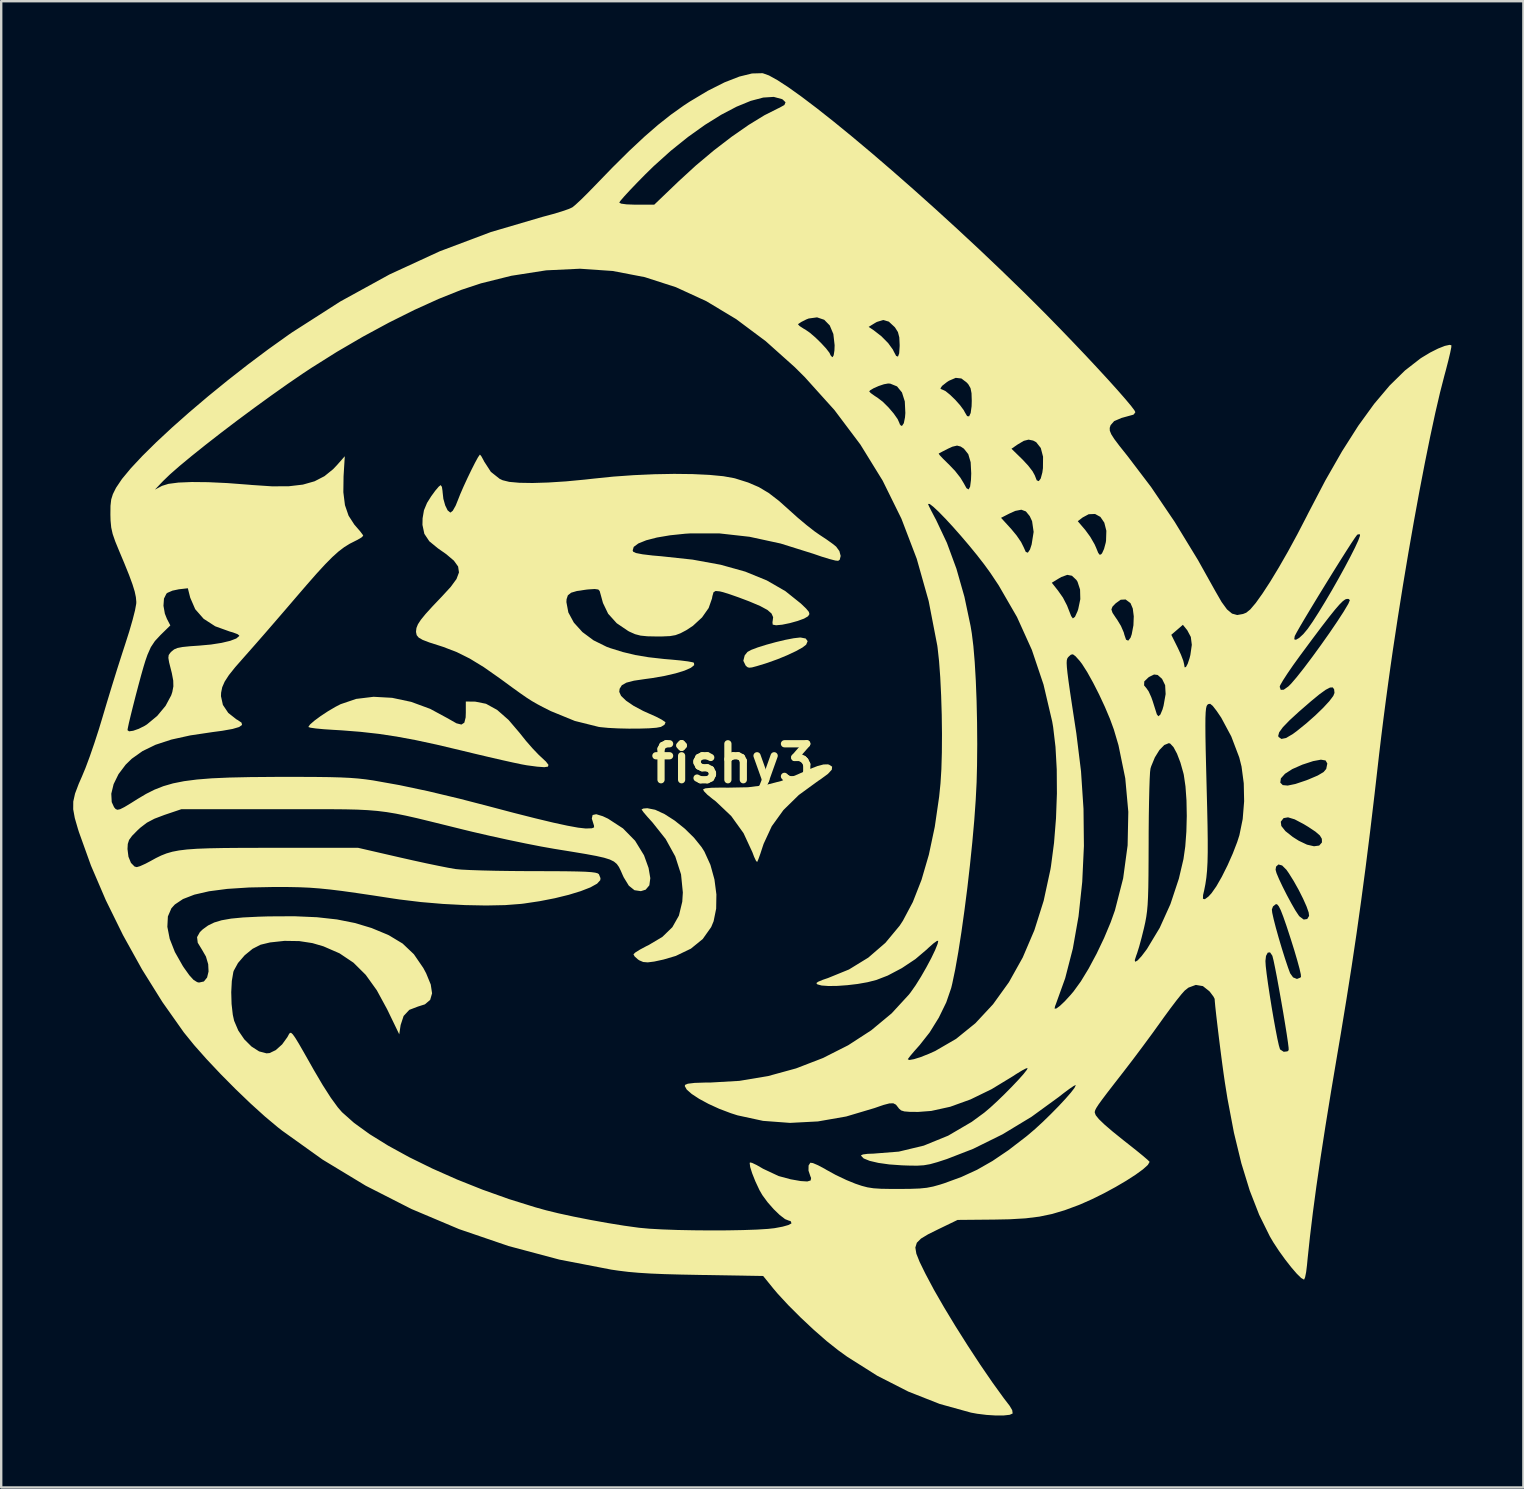
<source format=kicad_pcb>
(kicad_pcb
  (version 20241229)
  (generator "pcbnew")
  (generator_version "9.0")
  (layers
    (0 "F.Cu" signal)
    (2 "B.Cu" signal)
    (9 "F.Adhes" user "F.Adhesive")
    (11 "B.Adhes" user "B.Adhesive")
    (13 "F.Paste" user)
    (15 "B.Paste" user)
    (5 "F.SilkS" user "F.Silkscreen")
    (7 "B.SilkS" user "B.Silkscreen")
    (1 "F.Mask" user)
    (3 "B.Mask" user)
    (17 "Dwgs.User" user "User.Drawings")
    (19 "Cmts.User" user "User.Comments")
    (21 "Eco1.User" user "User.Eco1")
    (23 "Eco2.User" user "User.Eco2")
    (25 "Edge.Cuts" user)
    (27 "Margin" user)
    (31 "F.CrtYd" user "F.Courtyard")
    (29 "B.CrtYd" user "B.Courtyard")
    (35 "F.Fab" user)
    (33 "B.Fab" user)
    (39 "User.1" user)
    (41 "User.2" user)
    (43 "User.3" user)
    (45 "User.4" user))
  (footprint "fishy3"
    (layer "F.Cu")
    (at 27.493 28.762)
    (property "Reference" "fishy3" (at 0 0 0) (layer "F.SilkS") (effects (font (size 1.5 1.5) (thickness 0.3))))
    (attr board_only exclude_from_pos_files exclude_from_bom)
    (fp_poly (pts (xy 3.028 -5.207) (xy 3.108 -5.096) (xy 3.047 -4.951) (xy 2.893 -4.832) (xy 2.616 -4.679) (xy 2.256 -4.51) (xy 1.85 -4.343) (xy 1.438 -4.195) (xy 1.324 -4.158) (xy 0.995 -4.058) (xy 0.79 -4.003) (xy 0.67 -3.991) (xy 0.596 -4.016) (xy 0.529 -4.077) (xy 0.525 -4.081) (xy 0.429 -4.28) (xy 0.486 -4.504) (xy 0.603 -4.649) (xy 0.756 -4.733) (xy 1.032 -4.837) (xy 1.39 -4.949) (xy 1.787 -5.058) (xy 2.181 -5.152) (xy 2.53 -5.219) (xy 2.79 -5.249) (xy 2.816 -5.249)) (stroke (width 0) (type solid)) (fill yes) (layer "F.SilkS"))
    (fp_poly (pts (xy 3.999 0.048) (xy 4.129 0.132) (xy 4.115 0.259) (xy 3.953 0.435) (xy 3.638 0.666) (xy 3.539 0.731) (xy 2.739 1.314) (xy 2.1 1.94) (xy 1.613 2.616) (xy 1.274 3.349) (xy 1.233 3.471) (xy 1.137 3.765) (xy 1.056 3.989) (xy 1.007 4.1) (xy 1.005 4.104) (xy 0.957 4.055) (xy 0.877 3.885) (xy 0.808 3.702) (xy 0.438 2.903) (xy -0.075 2.19) (xy -0.72 1.578) (xy -0.853 1.477) (xy -1.07 1.301) (xy -1.212 1.154) (xy -1.248 1.076) (xy -1.149 1.035) (xy -0.891 1.011) (xy -0.484 1.004) (xy -0.207 1.007) (xy 0.619 0.991) (xy 1.341 0.901) (xy 2.013 0.727) (xy 2.687 0.458) (xy 2.709 0.448) (xy 3.176 0.239) (xy 3.521 0.106) (xy 3.768 0.041) (xy 3.944 0.036)) (stroke (width 0) (type solid)) (fill yes) (layer "F.SilkS"))
    (fp_poly (pts (xy -3.244 1.928) (xy -2.852 2.109) (xy -2.43 2.38) (xy -2.01 2.716) (xy -1.627 3.092) (xy -1.311 3.484) (xy -1.194 3.669) (xy -0.942 4.224) (xy -0.774 4.834) (xy -0.693 5.457) (xy -0.703 6.05) (xy -0.809 6.572) (xy -0.91 6.816) (xy -1.263 7.314) (xy -1.755 7.715) (xy -2.385 8.018) (xy -2.897 8.169) (xy -3.285 8.253) (xy -3.553 8.287) (xy -3.744 8.271) (xy -3.9 8.205) (xy -3.96 8.166) (xy -4.1 8.04) (xy -4.149 7.952) (xy -4.078 7.88) (xy -3.888 7.76) (xy -3.616 7.614) (xy -3.51 7.562) (xy -2.943 7.224) (xy -2.528 6.821) (xy -2.255 6.338) (xy -2.115 5.759) (xy -2.091 5.376) (xy -2.166 4.621) (xy -2.406 3.875) (xy -2.807 3.148) (xy -3.353 2.46) (xy -3.567 2.223) (xy -3.728 2.034) (xy -3.806 1.925) (xy -3.81 1.915) (xy -3.737 1.877) (xy -3.573 1.863)) (stroke (width 0) (type solid)) (fill yes) (layer "F.SilkS"))
    (fp_poly (pts (xy -14.204 -2.736) (xy -13.409 -2.567) (xy -12.618 -2.276) (xy -11.856 -1.864) (xy -11.836 -1.851) (xy -11.524 -1.674) (xy -11.317 -1.622) (xy -11.196 -1.701) (xy -11.141 -1.918) (xy -11.134 -2.119) (xy -11.134 -2.582) (xy -10.738 -2.577) (xy -10.293 -2.488) (xy -9.83 -2.233) (xy -9.353 -1.815) (xy -8.901 -1.285) (xy -8.632 -0.948) (xy -8.346 -0.621) (xy -8.092 -0.356) (xy -8.008 -0.278) (xy -7.794 -0.078) (xy -7.691 0.056) (xy -7.711 0.131) (xy -7.865 0.154) (xy -8.163 0.132) (xy -8.594 0.075) (xy -8.813 0.035) (xy -9.168 -0.04) (xy -9.632 -0.143) (xy -10.177 -0.269) (xy -10.774 -0.41) (xy -11.345 -0.548) (xy -12.344 -0.785) (xy -13.222 -0.974) (xy -14.018 -1.122) (xy -14.77 -1.235) (xy -15.519 -1.319) (xy -16.303 -1.381) (xy -16.658 -1.402) (xy -17.055 -1.428) (xy -17.381 -1.459) (xy -17.605 -1.491) (xy -17.695 -1.52) (xy -17.695 -1.522) (xy -17.627 -1.623) (xy -17.445 -1.782) (xy -17.185 -1.974) (xy -16.88 -2.175) (xy -16.566 -2.36) (xy -16.353 -2.47) (xy -15.702 -2.691) (xy -14.977 -2.779)) (stroke (width 0) (type solid)) (fill yes) (layer "F.SilkS"))
    (fp_poly (pts (xy -10.487 -12.801) (xy -10.394 -12.632) (xy -10.371 -12.584) (xy -10.091 -12.152) (xy -9.726 -11.862) (xy -9.6 -11.802) (xy -9.324 -11.734) (xy -8.902 -11.696) (xy -8.354 -11.687) (xy -7.701 -11.707) (xy -6.964 -11.754) (xy -6.164 -11.83) (xy -5.823 -11.868) (xy -4.993 -11.953) (xy -4.136 -12.014) (xy -3.28 -12.052) (xy -2.452 -12.067) (xy -1.679 -12.058) (xy -0.988 -12.025) (xy -0.406 -11.97) (xy 0.04 -11.89) (xy 0.098 -11.875) (xy 0.628 -11.708) (xy 1.076 -11.516) (xy 1.489 -11.269) (xy 1.915 -10.941) (xy 2.343 -10.558) (xy 2.695 -10.242) (xy 3.061 -9.935) (xy 3.392 -9.676) (xy 3.607 -9.526) (xy 3.892 -9.338) (xy 4.144 -9.158) (xy 4.297 -9.035) (xy 4.432 -8.849) (xy 4.485 -8.648) (xy 4.446 -8.491) (xy 4.381 -8.444) (xy 4.264 -8.456) (xy 4.023 -8.518) (xy 3.696 -8.618) (xy 3.344 -8.739) (xy 1.984 -9.165) (xy 0.689 -9.446) (xy -0.56 -9.586) (xy -1.781 -9.587) (xy -1.99 -9.574) (xy -2.625 -9.508) (xy -3.173 -9.415) (xy -3.618 -9.3) (xy -3.945 -9.168) (xy -4.138 -9.025) (xy -4.182 -8.876) (xy -4.16 -8.824) (xy -4.044 -8.769) (xy -3.77 -8.716) (xy -3.352 -8.666) (xy -2.993 -8.635) (xy -1.682 -8.494) (xy -0.517 -8.281) (xy 0.51 -7.994) (xy 1.406 -7.628) (xy 2.18 -7.182) (xy 2.824 -6.667) (xy 3.047 -6.453) (xy 3.16 -6.316) (xy 3.183 -6.225) (xy 3.133 -6.145) (xy 3.118 -6.129) (xy 2.96 -6.037) (xy 2.691 -5.939) (xy 2.368 -5.849) (xy 2.047 -5.783) (xy 1.793 -5.759) (xy 1.653 -5.786) (xy 1.642 -5.895) (xy 1.65 -5.923) (xy 1.671 -6.096) (xy 1.603 -6.25) (xy 1.429 -6.4) (xy 1.129 -6.562) (xy 0.685 -6.75) (xy 0.623 -6.774) (xy 0.233 -6.921) (xy -0.126 -7.047) (xy -0.408 -7.136) (xy -0.55 -7.171) (xy -0.725 -7.188) (xy -0.813 -7.135) (xy -0.86 -6.971) (xy -0.877 -6.874) (xy -1.016 -6.477) (xy -1.292 -6.085) (xy -1.673 -5.734) (xy -1.947 -5.554) (xy -2.19 -5.426) (xy -2.398 -5.348) (xy -2.628 -5.308) (xy -2.938 -5.294) (xy -3.175 -5.292) (xy -3.569 -5.3) (xy -3.851 -5.328) (xy -4.079 -5.387) (xy -4.309 -5.489) (xy -4.368 -5.52) (xy -4.846 -5.844) (xy -5.204 -6.24) (xy -5.417 -6.683) (xy -5.425 -6.708) (xy -5.493 -6.958) (xy -5.546 -7.148) (xy -5.557 -7.186) (xy -5.614 -7.249) (xy -5.761 -7.27) (xy -6.031 -7.253) (xy -6.114 -7.244) (xy -6.5 -7.188) (xy -6.746 -7.116) (xy -6.882 -7.007) (xy -6.936 -6.844) (xy -6.943 -6.725) (xy -6.862 -6.294) (xy -6.633 -5.871) (xy -6.276 -5.476) (xy -5.812 -5.132) (xy -5.262 -4.86) (xy -5.113 -4.806) (xy -4.588 -4.643) (xy -4.075 -4.52) (xy -3.521 -4.427) (xy -2.872 -4.354) (xy -2.559 -4.328) (xy -2.191 -4.293) (xy -1.887 -4.255) (xy -1.686 -4.218) (xy -1.628 -4.196) (xy -1.619 -4.098) (xy -1.756 -3.987) (xy -2.021 -3.87) (xy -2.391 -3.756) (xy -2.846 -3.65) (xy -3.366 -3.559) (xy -3.669 -3.518) (xy -4.129 -3.45) (xy -4.444 -3.368) (xy -4.634 -3.26) (xy -4.725 -3.114) (xy -4.741 -2.985) (xy -4.666 -2.818) (xy -4.456 -2.616) (xy -4.139 -2.4) (xy -3.741 -2.188) (xy -3.522 -2.09) (xy -3.212 -1.952) (xy -2.969 -1.825) (xy -2.831 -1.732) (xy -2.813 -1.709) (xy -2.858 -1.612) (xy -3.004 -1.525) (xy -3.188 -1.49) (xy -3.5 -1.466) (xy -3.898 -1.454) (xy -4.341 -1.452) (xy -4.787 -1.462) (xy -5.197 -1.483) (xy -5.527 -1.515) (xy -5.602 -1.526) (xy -6.592 -1.773) (xy -7.589 -2.181) (xy -7.655 -2.214) (xy -7.933 -2.354) (xy -8.164 -2.477) (xy -8.377 -2.6) (xy -8.602 -2.744) (xy -8.867 -2.928) (xy -9.204 -3.17) (xy -9.642 -3.491) (xy -9.737 -3.56) (xy -10.387 -4.016) (xy -10.965 -4.369) (xy -11.513 -4.642) (xy -12.073 -4.857) (xy -12.243 -4.912) (xy -12.656 -5.044) (xy -12.932 -5.15) (xy -13.098 -5.246) (xy -13.181 -5.347) (xy -13.207 -5.47) (xy -13.208 -5.506) (xy -13.191 -5.647) (xy -13.129 -5.801) (xy -13.007 -5.988) (xy -12.809 -6.231) (xy -12.519 -6.55) (xy -12.135 -6.953) (xy -11.761 -7.36) (xy -11.522 -7.687) (xy -11.419 -7.961) (xy -11.455 -8.207) (xy -11.631 -8.452) (xy -11.951 -8.723) (xy -12.298 -8.966) (xy -12.654 -9.258) (xy -12.862 -9.57) (xy -12.941 -9.943) (xy -12.935 -10.216) (xy -12.878 -10.551) (xy -12.749 -10.859) (xy -12.577 -11.133) (xy -12.404 -11.37) (xy -12.261 -11.537) (xy -12.182 -11.599) (xy -12.13 -11.525) (xy -12.103 -11.345) (xy -12.103 -11.324) (xy -12.07 -11.029) (xy -11.993 -10.754) (xy -11.892 -10.547) (xy -11.783 -10.457) (xy -11.773 -10.456) (xy -11.676 -10.533) (xy -11.557 -10.744) (xy -11.468 -10.964) (xy -11.366 -11.222) (xy -11.227 -11.542) (xy -11.067 -11.889) (xy -10.903 -12.229) (xy -10.752 -12.528) (xy -10.631 -12.75) (xy -10.555 -12.862) (xy -10.544 -12.869)) (stroke (width 0) (type solid)) (fill yes) (layer "F.SilkS"))
    (fp_poly (pts (xy 1.247 -28.758) (xy 1.496 -28.669) (xy 1.856 -28.469) (xy 2.317 -28.168) (xy 2.869 -27.773) (xy 3.501 -27.294) (xy 4.205 -26.737) (xy 4.97 -26.112) (xy 5.786 -25.427) (xy 6.642 -24.691) (xy 7.531 -23.911) (xy 8.44 -23.097) (xy 9.361 -22.256) (xy 10.283 -21.398) (xy 11.196 -20.53) (xy 12.091 -19.661) (xy 12.58 -19.177) (xy 13.108 -18.647) (xy 13.645 -18.097) (xy 14.179 -17.542) (xy 14.697 -16.997) (xy 15.185 -16.474) (xy 15.631 -15.99) (xy 16.021 -15.557) (xy 16.342 -15.19) (xy 16.582 -14.904) (xy 16.726 -14.712) (xy 16.764 -14.636) (xy 16.697 -14.544) (xy 16.658 -14.527) (xy 16.515 -14.488) (xy 16.283 -14.424) (xy 16.189 -14.398) (xy 15.879 -14.265) (xy 15.732 -14.096) (xy 15.695 -13.983) (xy 15.699 -13.865) (xy 15.759 -13.718) (xy 15.887 -13.517) (xy 16.098 -13.237) (xy 16.403 -12.854) (xy 16.425 -12.827) (xy 17.417 -11.522) (xy 18.403 -10.066) (xy 19.371 -8.479) (xy 20.098 -7.178) (xy 20.358 -6.727) (xy 20.582 -6.42) (xy 20.792 -6.245) (xy 21.007 -6.186) (xy 21.248 -6.229) (xy 21.384 -6.283) (xy 21.551 -6.418) (xy 21.781 -6.689) (xy 22.062 -7.083) (xy 22.387 -7.582) (xy 22.743 -8.17) (xy 23.123 -8.832) (xy 23.515 -9.553) (xy 23.91 -10.315) (xy 23.96 -10.415) (xy 24.68 -11.793) (xy 25.376 -13.009) (xy 26.051 -14.07) (xy 26.711 -14.981) (xy 27.359 -15.748) (xy 27.999 -16.376) (xy 28.635 -16.871) (xy 28.702 -16.915) (xy 29.046 -17.122) (xy 29.376 -17.288) (xy 29.659 -17.4) (xy 29.859 -17.443) (xy 29.932 -17.425) (xy 29.926 -17.333) (xy 29.88 -17.107) (xy 29.801 -16.777) (xy 29.697 -16.373) (xy 29.64 -16.163) (xy 29.458 -15.455) (xy 29.259 -14.599) (xy 29.047 -13.613) (xy 28.825 -12.518) (xy 28.597 -11.333) (xy 28.367 -10.077) (xy 28.138 -8.769) (xy 27.914 -7.43) (xy 27.699 -6.079) (xy 27.495 -4.735) (xy 27.398 -4.064) (xy 27.301 -3.37) (xy 27.2 -2.621) (xy 27.102 -1.869) (xy 27.014 -1.166) (xy 26.942 -0.564) (xy 26.925 -0.423) (xy 26.729 1.29) (xy 26.541 2.867) (xy 26.356 4.339) (xy 26.169 5.739) (xy 25.978 7.099) (xy 25.776 8.451) (xy 25.559 9.827) (xy 25.324 11.259) (xy 25.187 12.065) (xy 24.918 13.664) (xy 24.683 15.113) (xy 24.48 16.427) (xy 24.306 17.621) (xy 24.16 18.711) (xy 24.039 19.712) (xy 23.94 20.638) (xy 23.916 20.892) (xy 23.88 21.189) (xy 23.836 21.407) (xy 23.795 21.504) (xy 23.79 21.505) (xy 23.673 21.439) (xy 23.488 21.257) (xy 23.257 20.989) (xy 23.003 20.664) (xy 22.747 20.309) (xy 22.513 19.952) (xy 22.366 19.702) (xy 21.923 18.805) (xy 21.529 17.794) (xy 21.18 16.658) (xy 20.871 15.384) (xy 20.601 13.961) (xy 20.494 13.292) (xy 20.44 12.92) (xy 20.378 12.467) (xy 20.313 11.966) (xy 20.248 11.45) (xy 20.188 10.952) (xy 20.135 10.504) (xy 20.095 10.138) (xy 20.072 9.888) (xy 20.067 9.807) (xy 20.017 9.711) (xy 19.892 9.544) (xy 19.847 9.489) (xy 19.578 9.276) (xy 19.282 9.226) (xy 18.976 9.339) (xy 18.821 9.461) (xy 18.685 9.613) (xy 18.477 9.872) (xy 18.222 10.208) (xy 17.943 10.589) (xy 17.826 10.753) (xy 17.477 11.238) (xy 17.071 11.789) (xy 16.657 12.341) (xy 16.284 12.827) (xy 16.264 12.853) (xy 15.879 13.348) (xy 15.586 13.727) (xy 15.374 14.009) (xy 15.228 14.211) (xy 15.138 14.351) (xy 15.09 14.446) (xy 15.072 14.514) (xy 15.071 14.541) (xy 15.112 14.655) (xy 15.243 14.818) (xy 15.475 15.042) (xy 15.82 15.338) (xy 16.289 15.716) (xy 16.491 15.875) (xy 16.814 16.131) (xy 17.082 16.35) (xy 17.271 16.512) (xy 17.355 16.595) (xy 17.357 16.6) (xy 17.284 16.727) (xy 17.081 16.91) (xy 16.773 17.134) (xy 16.384 17.385) (xy 15.938 17.647) (xy 15.458 17.907) (xy 14.97 18.149) (xy 14.498 18.359) (xy 14.393 18.402) (xy 13.821 18.614) (xy 13.292 18.771) (xy 12.763 18.881) (xy 12.19 18.952) (xy 11.529 18.991) (xy 10.88 19.004) (xy 9.356 19.018) (xy 8.546 19.41) (xy 8.125 19.619) (xy 7.831 19.796) (xy 7.658 19.969) (xy 7.596 20.169) (xy 7.638 20.425) (xy 7.775 20.768) (xy 8 21.228) (xy 8.035 21.296) (xy 8.372 21.93) (xy 8.792 22.659) (xy 9.269 23.447) (xy 9.78 24.256) (xy 10.301 25.051) (xy 10.809 25.792) (xy 11.281 26.445) (xy 11.528 26.767) (xy 11.632 26.944) (xy 11.651 27.076) (xy 11.647 27.085) (xy 11.528 27.138) (xy 11.283 27.165) (xy 10.949 27.167) (xy 10.567 27.143) (xy 10.177 27.095) (xy 9.914 27.047) (xy 8.612 26.686) (xy 7.302 26.17) (xy 6.01 25.511) (xy 4.759 24.72) (xy 4.386 24.451) (xy 3.904 24.069) (xy 3.368 23.6) (xy 2.82 23.087) (xy 2.303 22.57) (xy 1.859 22.09) (xy 1.678 21.876) (xy 1.256 21.355) (xy -1.341 21.311) (xy -2.173 21.295) (xy -2.865 21.276) (xy -3.442 21.252) (xy -3.932 21.221) (xy -4.364 21.183) (xy -4.764 21.134) (xy -5.071 21.089) (xy -7.235 20.671) (xy -9.354 20.106) (xy -11.413 19.402) (xy -13.4 18.563) (xy -15.3 17.595) (xy -17.101 16.505) (xy -18.789 15.298) (xy -18.965 15.16) (xy -19.504 14.709) (xy -20.102 14.168) (xy -20.728 13.567) (xy -21.349 12.941) (xy -21.935 12.319) (xy -22.452 11.736) (xy -22.869 11.222) (xy -22.89 11.195) (xy -23.774 9.943) (xy -24.623 8.583) (xy -25.416 7.155) (xy -26.133 5.698) (xy -26.753 4.253) (xy -27.254 2.858) (xy -27.296 2.726) (xy -27.427 2.273) (xy -27.493 1.909) (xy -27.49 1.585) (xy -27.417 1.259) (xy -25.906 1.259) (xy -25.888 1.608) (xy -25.79 1.822) (xy -25.725 1.898) (xy -25.65 1.929) (xy -25.537 1.905) (xy -25.359 1.816) (xy -25.087 1.652) (xy -24.809 1.477) (xy -24.456 1.267) (xy -24.104 1.09) (xy -23.735 0.945) (xy -23.331 0.828) (xy -22.873 0.737) (xy -22.342 0.668) (xy -21.72 0.618) (xy -20.987 0.586) (xy -20.126 0.567) (xy -19.118 0.559) (xy -18.923 0.558) (xy -18.083 0.558) (xy -17.39 0.561) (xy -16.82 0.568) (xy -16.351 0.581) (xy -15.959 0.6) (xy -15.622 0.626) (xy -15.316 0.66) (xy -15.019 0.702) (xy -14.987 0.707) (xy -13.9 0.901) (xy -12.705 1.154) (xy -11.387 1.469) (xy -10.202 1.776) (xy -9.145 2.055) (xy -8.245 2.283) (xy -7.5 2.462) (xy -6.905 2.591) (xy -6.458 2.673) (xy -6.156 2.707) (xy -6.108 2.708) (xy -5.882 2.7) (xy -5.789 2.662) (xy -5.795 2.578) (xy -5.802 2.561) (xy -5.884 2.295) (xy -5.851 2.146) (xy -5.699 2.114) (xy -5.427 2.197) (xy -5.207 2.3) (xy -4.585 2.705) (xy -4.081 3.219) (xy -3.709 3.826) (xy -3.519 4.353) (xy -3.447 4.777) (xy -3.487 5.077) (xy -3.64 5.258) (xy -3.839 5.319) (xy -4.107 5.28) (xy -4.342 5.091) (xy -4.555 4.743) (xy -4.595 4.657) (xy -4.679 4.464) (xy -4.755 4.31) (xy -4.843 4.186) (xy -4.963 4.086) (xy -5.132 4.002) (xy -5.371 3.927) (xy -5.699 3.853) (xy -6.135 3.772) (xy -6.698 3.678) (xy -7.408 3.563) (xy -7.451 3.556) (xy -7.992 3.46) (xy -8.651 3.331) (xy -9.38 3.179) (xy -10.132 3.014) (xy -10.86 2.846) (xy -11.218 2.759) (xy -11.977 2.571) (xy -12.617 2.413) (xy -13.159 2.281) (xy -13.628 2.175) (xy -14.045 2.09) (xy -14.434 2.025) (xy -14.818 1.977) (xy -15.218 1.944) (xy -15.659 1.922) (xy -16.162 1.91) (xy -16.751 1.905) (xy -17.448 1.904) (xy -18.277 1.905) (xy -18.923 1.905) (xy -22.987 1.905) (xy -23.692 2.143) (xy -24.108 2.301) (xy -24.422 2.466) (xy -24.695 2.675) (xy -24.813 2.784) (xy -25.039 3.013) (xy -25.165 3.185) (xy -25.219 3.353) (xy -25.231 3.564) (xy -25.191 3.885) (xy -25.086 4.142) (xy -24.936 4.294) (xy -24.844 4.318) (xy -24.707 4.278) (xy -24.481 4.176) (xy -24.276 4.068) (xy -24.044 3.94) (xy -23.826 3.834) (xy -23.605 3.747) (xy -23.363 3.677) (xy -23.083 3.623) (xy -22.747 3.582) (xy -22.337 3.553) (xy -21.836 3.534) (xy -21.226 3.522) (xy -20.49 3.516) (xy -19.609 3.514) (xy -19.177 3.514) (xy -15.621 3.514) (xy -13.885 3.914) (xy -13.322 4.041) (xy -12.774 4.161) (xy -12.277 4.264) (xy -11.868 4.345) (xy -11.583 4.395) (xy -11.557 4.399) (xy -11.322 4.421) (xy -10.945 4.44) (xy -10.452 4.457) (xy -9.87 4.471) (xy -9.226 4.48) (xy -8.548 4.485) (xy -8.329 4.486) (xy -7.575 4.487) (xy -6.973 4.491) (xy -6.505 4.499) (xy -6.156 4.51) (xy -5.907 4.527) (xy -5.741 4.549) (xy -5.64 4.577) (xy -5.589 4.613) (xy -5.523 4.777) (xy -5.532 4.863) (xy -5.665 5.008) (xy -5.944 5.163) (xy -6.346 5.319) (xy -6.846 5.472) (xy -7.424 5.614) (xy -8.054 5.737) (xy -8.715 5.836) (xy -8.831 5.85) (xy -9.497 5.901) (xy -10.289 5.917) (xy -11.164 5.9) (xy -12.083 5.852) (xy -13.003 5.774) (xy -13.886 5.667) (xy -14.139 5.63) (xy -14.985 5.5) (xy -15.69 5.396) (xy -16.282 5.313) (xy -16.788 5.251) (xy -17.234 5.206) (xy -17.648 5.175) (xy -18.056 5.157) (xy -18.485 5.148) (xy -18.962 5.145) (xy -19.092 5.145) (xy -20.162 5.166) (xy -21.073 5.225) (xy -21.832 5.324) (xy -22.445 5.465) (xy -22.918 5.648) (xy -23.258 5.875) (xy -23.401 6.032) (xy -23.548 6.374) (xy -23.57 6.806) (xy -23.472 7.306) (xy -23.256 7.856) (xy -22.928 8.435) (xy -22.879 8.509) (xy -22.652 8.826) (xy -22.477 9.018) (xy -22.327 9.11) (xy -22.252 9.128) (xy -22.048 9.083) (xy -21.914 8.918) (xy -21.853 8.666) (xy -21.868 8.364) (xy -21.962 8.044) (xy -22.13 7.753) (xy -22.304 7.468) (xy -22.332 7.235) (xy -22.212 7.022) (xy -22.094 6.91) (xy -21.873 6.75) (xy -21.619 6.626) (xy -21.307 6.532) (xy -20.913 6.463) (xy -20.413 6.415) (xy -19.782 6.384) (xy -19.358 6.371) (xy -18.278 6.365) (xy -17.335 6.406) (xy -16.503 6.498) (xy -15.754 6.647) (xy -15.063 6.855) (xy -14.404 7.128) (xy -14.337 7.159) (xy -13.767 7.503) (xy -13.298 7.948) (xy -12.905 8.521) (xy -12.786 8.744) (xy -12.595 9.21) (xy -12.54 9.577) (xy -12.62 9.851) (xy -12.839 10.036) (xy -13.129 10.128) (xy -13.488 10.265) (xy -13.726 10.52) (xy -13.85 10.898) (xy -13.851 10.903) (xy -13.908 11.284) (xy -14.412 10.242) (xy -14.843 9.449) (xy -15.304 8.807) (xy -15.815 8.3) (xy -16.396 7.91) (xy -17.065 7.619) (xy -17.526 7.484) (xy -18.074 7.4) (xy -18.689 7.391) (xy -19.29 7.456) (xy -19.685 7.551) (xy -20.018 7.721) (xy -20.349 7.992) (xy -20.627 8.314) (xy -20.805 8.639) (xy -20.821 8.691) (xy -20.884 9.062) (xy -20.908 9.528) (xy -20.894 10.021) (xy -20.843 10.472) (xy -20.788 10.72) (xy -20.614 11.128) (xy -20.363 11.495) (xy -20.064 11.793) (xy -19.747 11.996) (xy -19.439 12.077) (xy -19.31 12.066) (xy -19.052 11.942) (xy -18.787 11.704) (xy -18.567 11.399) (xy -18.541 11.351) (xy -18.499 11.271) (xy -18.459 11.224) (xy -18.41 11.225) (xy -18.341 11.289) (xy -18.239 11.433) (xy -18.094 11.67) (xy -17.894 12.017) (xy -17.627 12.488) (xy -17.469 12.768) (xy -17.097 13.4) (xy -16.76 13.926) (xy -16.468 14.327) (xy -16.293 14.529) (xy -15.791 14.975) (xy -15.143 15.444) (xy -14.37 15.923) (xy -13.491 16.405) (xy -12.528 16.878) (xy -11.501 17.333) (xy -10.43 17.76) (xy -9.335 18.15) (xy -8.238 18.492) (xy -7.789 18.617) (xy -7.274 18.743) (xy -6.642 18.88) (xy -5.942 19.018) (xy -5.225 19.147) (xy -4.542 19.258) (xy -3.943 19.341) (xy -3.91 19.345) (xy -3.488 19.384) (xy -2.946 19.414) (xy -2.316 19.437) (xy -1.632 19.45) (xy -0.926 19.456) (xy -0.232 19.453) (xy 0.419 19.441) (xy 0.993 19.421) (xy 1.456 19.392) (xy 1.729 19.362) (xy 2.061 19.3) (xy 2.307 19.231) (xy 2.429 19.166) (xy 2.435 19.156) (xy 2.399 19.066) (xy 2.332 19.05) (xy 2.169 18.985) (xy 1.945 18.813) (xy 1.691 18.567) (xy 1.439 18.28) (xy 1.223 17.986) (xy 1.104 17.781) (xy 0.931 17.412) (xy 0.798 17.078) (xy 0.715 16.813) (xy 0.694 16.651) (xy 0.706 16.623) (xy 0.794 16.641) (xy 0.985 16.732) (xy 1.236 16.877) (xy 1.249 16.885) (xy 1.899 17.19) (xy 2.399 17.325) (xy 2.82 17.399) (xy 3.093 17.416) (xy 3.234 17.374) (xy 3.253 17.271) (xy 3.221 17.194) (xy 3.144 16.962) (xy 3.148 16.751) (xy 3.221 16.635) (xy 3.33 16.65) (xy 3.541 16.74) (xy 3.814 16.885) (xy 3.894 16.933) (xy 4.282 17.146) (xy 4.724 17.356) (xy 5.096 17.508) (xy 5.365 17.599) (xy 5.604 17.661) (xy 5.857 17.7) (xy 6.166 17.72) (xy 6.575 17.727) (xy 6.9 17.728) (xy 7.398 17.723) (xy 7.773 17.709) (xy 8.071 17.679) (xy 8.338 17.627) (xy 8.621 17.548) (xy 8.805 17.489) (xy 9.512 17.23) (xy 10.167 16.929) (xy 10.809 16.563) (xy 11.476 16.112) (xy 12.205 15.552) (xy 12.292 15.481) (xy 12.586 15.23) (xy 12.91 14.932) (xy 13.241 14.609) (xy 13.56 14.285) (xy 13.844 13.98) (xy 14.073 13.718) (xy 14.225 13.521) (xy 14.279 13.411) (xy 14.274 13.399) (xy 14.198 13.434) (xy 14.02 13.554) (xy 13.77 13.74) (xy 13.575 13.893) (xy 12.437 14.721) (xy 11.232 15.45) (xy 10.002 16.058) (xy 8.908 16.482) (xy 8.512 16.611) (xy 8.211 16.695) (xy 7.948 16.741) (xy 7.666 16.758) (xy 7.307 16.753) (xy 7.034 16.743) (xy 6.511 16.706) (xy 6.056 16.642) (xy 5.692 16.557) (xy 5.444 16.456) (xy 5.337 16.347) (xy 5.334 16.328) (xy 5.411 16.29) (xy 5.611 16.264) (xy 5.847 16.256) (xy 6.907 16.172) (xy 7.948 15.922) (xy 8.963 15.508) (xy 9.945 14.933) (xy 10.47 14.548) (xy 10.712 14.343) (xy 11 14.079) (xy 11.308 13.781) (xy 11.611 13.475) (xy 11.884 13.187) (xy 12.102 12.943) (xy 12.24 12.767) (xy 12.277 12.694) (xy 12.212 12.703) (xy 12.041 12.792) (xy 11.792 12.944) (xy 11.663 13.029) (xy 10.772 13.571) (xy 9.894 13.998) (xy 9.049 14.303) (xy 8.258 14.477) (xy 7.715 14.518) (xy 7.362 14.515) (xy 7.138 14.497) (xy 7.002 14.455) (xy 6.915 14.379) (xy 6.879 14.33) (xy 6.786 14.214) (xy 6.675 14.158) (xy 6.511 14.164) (xy 6.26 14.23) (xy 5.895 14.357) (xy 4.717 14.708) (xy 3.537 14.914) (xy 2.375 14.975) (xy 1.251 14.891) (xy 0.185 14.66) (xy -0.095 14.57) (xy -0.575 14.388) (xy -1.021 14.184) (xy -1.411 13.973) (xy -1.721 13.77) (xy -1.928 13.588) (xy -2.01 13.443) (xy -1.998 13.391) (xy -1.881 13.342) (xy -1.6 13.309) (xy -1.153 13.294) (xy -0.931 13.293) (xy 0.265 13.224) (xy 1.457 13.025) (xy 2.625 12.705) (xy 3.605 12.327) (xy 7.281 12.327) (xy 7.352 12.354) (xy 7.544 12.319) (xy 7.825 12.23) (xy 8.161 12.097) (xy 8.424 11.979) (xy 9.293 11.475) (xy 10.099 10.822) (xy 10.664 10.215) (xy 13.398 10.215) (xy 13.47 10.21) (xy 13.617 10.103) (xy 13.822 9.909) (xy 14.067 9.642) (xy 14.187 9.5) (xy 14.491 9.081) (xy 14.819 8.542) (xy 15.003 8.197) (xy 16.738 8.197) (xy 16.76 8.263) (xy 16.818 8.229) (xy 22.183 8.229) (xy 22.196 8.44) (xy 22.234 8.767) (xy 22.291 9.181) (xy 22.362 9.649) (xy 22.441 10.143) (xy 22.524 10.63) (xy 22.606 11.08) (xy 22.68 11.463) (xy 22.743 11.747) (xy 22.789 11.902) (xy 22.798 11.917) (xy 22.946 12.013) (xy 23.1 11.995) (xy 23.152 11.945) (xy 23.149 11.846) (xy 23.12 11.611) (xy 23.069 11.266) (xy 23.001 10.841) (xy 22.922 10.364) (xy 22.835 9.865) (xy 22.747 9.372) (xy 22.663 8.913) (xy 22.586 8.517) (xy 22.523 8.213) (xy 22.477 8.03) (xy 22.469 8.006) (xy 22.376 7.87) (xy 22.28 7.881) (xy 22.207 8.018) (xy 22.183 8.229) (xy 16.818 8.229) (xy 16.859 8.204) (xy 17.022 8.028) (xy 17.239 7.741) (xy 17.253 7.72) (xy 17.778 6.849) (xy 18.124 6.083) (xy 22.451 6.083) (xy 22.467 6.222) (xy 22.526 6.488) (xy 22.618 6.846) (xy 22.734 7.26) (xy 22.864 7.697) (xy 22.997 8.122) (xy 23.124 8.501) (xy 23.213 8.742) (xy 23.335 8.912) (xy 23.497 8.978) (xy 23.64 8.921) (xy 23.665 8.889) (xy 23.657 8.785) (xy 23.603 8.547) (xy 23.509 8.202) (xy 23.384 7.777) (xy 23.24 7.318) (xy 23.064 6.778) (xy 22.926 6.382) (xy 22.821 6.111) (xy 22.738 5.947) (xy 22.671 5.87) (xy 22.621 5.859) (xy 22.499 5.955) (xy 22.451 6.083) (xy 18.124 6.083) (xy 18.224 5.861) (xy 18.299 5.636) (xy 19.579 5.636) (xy 19.658 5.656) (xy 19.809 5.544) (xy 19.937 5.405) (xy 20.138 5.119) (xy 20.368 4.717) (xy 20.513 4.426) (xy 22.606 4.426) (xy 22.645 4.568) (xy 22.75 4.817) (xy 22.901 5.136) (xy 23.077 5.484) (xy 23.26 5.824) (xy 23.428 6.117) (xy 23.564 6.324) (xy 23.601 6.371) (xy 23.779 6.503) (xy 23.925 6.48) (xy 24.003 6.351) (xy 23.985 6.207) (xy 23.896 5.955) (xy 23.751 5.63) (xy 23.569 5.268) (xy 23.366 4.905) (xy 23.161 4.576) (xy 23.057 4.427) (xy 22.88 4.25) (xy 22.726 4.207) (xy 22.627 4.296) (xy 22.606 4.426) (xy 20.513 4.426) (xy 20.604 4.245) (xy 20.824 3.748) (xy 21.007 3.274) (xy 21.099 2.987) (xy 21.213 2.429) (xy 22.823 2.429) (xy 22.845 2.603) (xy 23.016 2.818) (xy 23.325 3.063) (xy 23.576 3.221) (xy 23.915 3.382) (xy 24.207 3.449) (xy 24.423 3.42) (xy 24.534 3.295) (xy 24.538 3.277) (xy 24.534 3.138) (xy 24.452 3) (xy 24.27 2.842) (xy 23.967 2.64) (xy 23.781 2.528) (xy 23.401 2.327) (xy 23.125 2.244) (xy 22.939 2.276) (xy 22.826 2.422) (xy 22.823 2.429) (xy 21.213 2.429) (xy 21.236 2.316) (xy 21.296 1.575) (xy 21.28 0.826) (xy 21.276 0.794) (xy 22.802 0.794) (xy 22.804 0.8) (xy 22.906 0.901) (xy 23.11 0.92) (xy 23.431 0.854) (xy 23.881 0.703) (xy 23.969 0.669) (xy 24.363 0.501) (xy 24.607 0.356) (xy 24.717 0.226) (xy 24.717 0.224) (xy 24.762 0.001) (xy 24.69 -0.126) (xy 24.496 -0.159) (xy 24.171 -0.099) (xy 23.72 0.049) (xy 23.303 0.233) (xy 22.999 0.428) (xy 22.827 0.62) (xy 22.802 0.794) (xy 21.276 0.794) (xy 21.188 0.128) (xy 21.093 -0.251) (xy 20.76 -1.128) (xy 20.748 -1.15) (xy 22.715 -1.15) (xy 22.731 -1.104) (xy 22.85 -1.023) (xy 23.043 -1.062) (xy 23.324 -1.228) (xy 23.487 -1.348) (xy 23.887 -1.671) (xy 24.261 -2.002) (xy 24.588 -2.318) (xy 24.845 -2.596) (xy 25.01 -2.814) (xy 25.061 -2.94) (xy 25.045 -3.093) (xy 24.987 -3.17) (xy 24.875 -3.165) (xy 24.694 -3.071) (xy 24.431 -2.881) (xy 24.074 -2.587) (xy 23.608 -2.183) (xy 23.598 -2.175) (xy 23.189 -1.8) (xy 22.91 -1.511) (xy 22.755 -1.298) (xy 22.715 -1.15) (xy 20.748 -1.15) (xy 20.342 -1.908) (xy 20.151 -2.19) (xy 19.988 -2.4) (xy 19.881 -2.487) (xy 19.799 -2.473) (xy 19.762 -2.442) (xy 19.732 -2.39) (xy 19.709 -2.292) (xy 19.693 -2.133) (xy 19.683 -1.897) (xy 19.681 -1.568) (xy 19.684 -1.131) (xy 19.694 -0.571) (xy 19.711 0.127) (xy 19.732 0.951) (xy 19.755 1.842) (xy 19.771 2.583) (xy 19.779 3.195) (xy 19.779 3.698) (xy 19.77 4.113) (xy 19.751 4.458) (xy 19.722 4.756) (xy 19.682 5.025) (xy 19.631 5.285) (xy 19.585 5.482) (xy 19.579 5.636) (xy 18.299 5.636) (xy 18.577 4.796) (xy 18.768 3.983) (xy 18.843 3.457) (xy 18.889 2.842) (xy 18.906 2.187) (xy 18.894 1.541) (xy 18.852 0.953) (xy 18.782 0.474) (xy 18.765 0.4) (xy 18.641 -0.039) (xy 18.499 -0.409) (xy 18.353 -0.682) (xy 18.216 -0.829) (xy 18.159 -0.847) (xy 17.969 -0.77) (xy 17.766 -0.561) (xy 17.576 -0.254) (xy 17.423 0.117) (xy 17.394 0.212) (xy 17.376 0.356) (xy 17.36 0.648) (xy 17.346 1.064) (xy 17.334 1.583) (xy 17.324 2.183) (xy 17.318 2.841) (xy 17.317 3.26) (xy 17.314 4.034) (xy 17.31 4.661) (xy 17.303 5.164) (xy 17.291 5.566) (xy 17.274 5.89) (xy 17.25 6.157) (xy 17.218 6.39) (xy 17.177 6.613) (xy 17.125 6.848) (xy 17.117 6.881) (xy 17.02 7.27) (xy 16.922 7.63) (xy 16.836 7.906) (xy 16.801 8) (xy 16.738 8.197) (xy 15.003 8.197) (xy 15.15 7.924) (xy 15.462 7.269) (xy 15.734 6.62) (xy 15.913 6.118) (xy 16.255 4.786) (xy 16.441 3.412) (xy 16.47 2.015) (xy 16.343 0.616) (xy 16.06 -0.763) (xy 15.866 -1.42) (xy 15.704 -1.862) (xy 15.493 -2.361) (xy 15.252 -2.878) (xy 15.061 -3.254) (xy 17.127 -3.254) (xy 17.225 -3.137) (xy 17.319 -3.001) (xy 17.426 -2.765) (xy 17.486 -2.597) (xy 17.57 -2.33) (xy 17.636 -2.121) (xy 17.659 -2.048) (xy 17.723 -1.967) (xy 17.805 -2.038) (xy 17.894 -2.248) (xy 17.939 -2.407) (xy 18.025 -2.893) (xy 18.008 -3.196) (xy 22.777 -3.196) (xy 22.821 -3.068) (xy 22.947 -3.074) (xy 23.139 -3.211) (xy 23.252 -3.323) (xy 23.489 -3.6) (xy 23.792 -3.983) (xy 24.135 -4.439) (xy 24.496 -4.935) (xy 24.85 -5.436) (xy 25.172 -5.91) (xy 25.44 -6.322) (xy 25.629 -6.64) (xy 25.644 -6.668) (xy 25.701 -6.808) (xy 25.649 -6.855) (xy 25.582 -6.858) (xy 25.508 -6.836) (xy 25.406 -6.762) (xy 25.268 -6.624) (xy 25.082 -6.41) (xy 24.839 -6.107) (xy 24.528 -5.704) (xy 24.141 -5.189) (xy 23.666 -4.548) (xy 23.621 -4.487) (xy 23.34 -4.098) (xy 23.099 -3.747) (xy 22.914 -3.461) (xy 22.802 -3.266) (xy 22.777 -3.196) (xy 18.008 -3.196) (xy 18.005 -3.261) (xy 17.878 -3.522) (xy 17.861 -3.54) (xy 17.694 -3.688) (xy 17.543 -3.708) (xy 17.342 -3.609) (xy 17.311 -3.589) (xy 17.135 -3.42) (xy 17.127 -3.254) (xy 15.061 -3.254) (xy 15 -3.373) (xy 14.758 -3.808) (xy 14.543 -4.145) (xy 14.443 -4.276) (xy 14.27 -4.469) (xy 14.162 -4.549) (xy 14.078 -4.534) (xy 14.001 -4.467) (xy 13.959 -4.424) (xy 13.927 -4.374) (xy 13.907 -4.3) (xy 13.901 -4.186) (xy 13.91 -4.015) (xy 13.935 -3.771) (xy 13.978 -3.435) (xy 14.041 -2.992) (xy 14.126 -2.425) (xy 14.234 -1.716) (xy 14.305 -1.252) (xy 14.499 0.322) (xy 14.603 1.892) (xy 14.62 3.437) (xy 14.55 4.935) (xy 14.396 6.367) (xy 14.158 7.713) (xy 13.839 8.95) (xy 13.44 10.058) (xy 13.419 10.106) (xy 13.398 10.215) (xy 10.664 10.215) (xy 10.835 10.031) (xy 11.495 9.114) (xy 12.071 8.083) (xy 12.556 6.947) (xy 12.943 5.72) (xy 13.226 4.411) (xy 13.248 4.276) (xy 13.375 3.308) (xy 13.457 2.286) (xy 13.495 1.252) (xy 13.488 0.247) (xy 13.436 -0.69) (xy 13.338 -1.518) (xy 13.299 -1.747) (xy 12.937 -3.289) (xy 12.452 -4.731) (xy 11.832 -6.102) (xy 11.065 -7.428) (xy 10.996 -7.531) (xy 13.282 -7.531) (xy 13.542 -7.202) (xy 13.746 -6.912) (xy 13.916 -6.584) (xy 14.084 -6.155) (xy 14.087 -6.145) (xy 14.159 -6.045) (xy 14.247 -6.109) (xy 14.352 -6.339) (xy 14.379 -6.419) (xy 15.765 -6.419) (xy 15.813 -6.276) (xy 15.958 -6.058) (xy 16 -6.001) (xy 16.163 -5.732) (xy 16.281 -5.459) (xy 16.306 -5.363) (xy 16.376 -5.158) (xy 16.467 -5.118) (xy 16.563 -5.24) (xy 16.605 -5.362) (xy 18.261 -5.362) (xy 18.528 -4.826) (xy 18.663 -4.535) (xy 18.759 -4.285) (xy 18.796 -4.131) (xy 18.796 -4.13) (xy 18.817 -4.005) (xy 18.872 -4.02) (xy 18.945 -4.155) (xy 19.022 -4.387) (xy 19.056 -4.522) (xy 19.116 -4.944) (xy 19.087 -5.174) (xy 23.384 -5.174) (xy 23.453 -5.154) (xy 23.588 -5.231) (xy 23.761 -5.39) (xy 23.944 -5.609) (xy 24.157 -5.916) (xy 24.404 -6.302) (xy 24.674 -6.744) (xy 24.954 -7.219) (xy 25.23 -7.705) (xy 25.49 -8.177) (xy 25.722 -8.615) (xy 25.914 -8.993) (xy 26.051 -9.291) (xy 26.122 -9.485) (xy 26.124 -9.549) (xy 26.032 -9.546) (xy 25.998 -9.519) (xy 25.913 -9.404) (xy 25.755 -9.168) (xy 25.54 -8.833) (xy 25.281 -8.424) (xy 24.994 -7.964) (xy 24.693 -7.477) (xy 24.392 -6.987) (xy 24.107 -6.517) (xy 23.851 -6.091) (xy 23.639 -5.733) (xy 23.487 -5.466) (xy 23.407 -5.314) (xy 23.403 -5.304) (xy 23.384 -5.174) (xy 19.087 -5.174) (xy 19.075 -5.272) (xy 18.926 -5.552) (xy 18.898 -5.587) (xy 18.744 -5.778) (xy 18.503 -5.57) (xy 18.261 -5.362) (xy 16.605 -5.362) (xy 16.612 -5.382) (xy 16.683 -5.758) (xy 16.697 -6.134) (xy 16.656 -6.457) (xy 16.564 -6.675) (xy 16.554 -6.687) (xy 16.356 -6.834) (xy 16.153 -6.823) (xy 15.944 -6.674) (xy 15.81 -6.535) (xy 15.765 -6.419) (xy 14.379 -6.419) (xy 14.382 -6.426) (xy 14.47 -6.848) (xy 14.46 -7.248) (xy 14.354 -7.573) (xy 14.303 -7.651) (xy 14.122 -7.822) (xy 13.928 -7.86) (xy 13.678 -7.769) (xy 13.562 -7.702) (xy 13.282 -7.531) (xy 10.996 -7.531) (xy 10.718 -7.948) (xy 10.462 -8.3) (xy 10.162 -8.686) (xy 9.833 -9.088) (xy 9.493 -9.487) (xy 9.158 -9.866) (xy 8.844 -10.206) (xy 8.814 -10.236) (xy 11.167 -10.236) (xy 11.588 -9.775) (xy 11.814 -9.502) (xy 12.001 -9.229) (xy 12.107 -9.017) (xy 12.197 -8.817) (xy 12.284 -8.783) (xy 12.373 -8.915) (xy 12.442 -9.126) (xy 12.525 -9.649) (xy 12.461 -10.094) (xy 12.461 -10.095) (xy 14.364 -10.095) (xy 14.673 -9.734) (xy 14.883 -9.447) (xy 15.065 -9.132) (xy 15.126 -8.995) (xy 15.217 -8.774) (xy 15.282 -8.692) (xy 15.345 -8.723) (xy 15.379 -8.765) (xy 15.459 -8.94) (xy 15.528 -9.197) (xy 15.542 -9.281) (xy 15.555 -9.697) (xy 15.47 -10.034) (xy 15.307 -10.274) (xy 15.084 -10.397) (xy 14.819 -10.386) (xy 14.569 -10.252) (xy 14.364 -10.095) (xy 12.461 -10.095) (xy 12.362 -10.308) (xy 12.202 -10.503) (xy 12.013 -10.574) (xy 11.76 -10.524) (xy 11.507 -10.41) (xy 11.167 -10.236) (xy 8.814 -10.236) (xy 8.568 -10.489) (xy 8.345 -10.697) (xy 8.194 -10.813) (xy 8.129 -10.816) (xy 8.128 -10.806) (xy 8.165 -10.718) (xy 8.265 -10.519) (xy 8.408 -10.246) (xy 8.462 -10.145) (xy 8.911 -9.194) (xy 9.308 -8.115) (xy 9.641 -6.947) (xy 9.898 -5.727) (xy 9.949 -5.419) (xy 10.014 -4.892) (xy 10.07 -4.228) (xy 10.115 -3.456) (xy 10.148 -2.609) (xy 10.168 -1.716) (xy 10.175 -0.808) (xy 10.167 0.082) (xy 10.149 0.785) (xy 10.111 1.529) (xy 10.051 2.369) (xy 9.97 3.278) (xy 9.872 4.227) (xy 9.762 5.188) (xy 9.641 6.132) (xy 9.515 7.031) (xy 9.386 7.856) (xy 9.258 8.58) (xy 9.134 9.174) (xy 9.09 9.356) (xy 8.884 9.955) (xy 8.573 10.592) (xy 8.192 11.206) (xy 7.778 11.732) (xy 7.555 11.983) (xy 7.384 12.185) (xy 7.291 12.308) (xy 7.281 12.327) (xy 3.605 12.327) (xy 3.745 12.273) (xy 4.797 11.741) (xy 5.759 11.117) (xy 6.609 10.411) (xy 7.325 9.633) (xy 7.398 9.54) (xy 7.607 9.243) (xy 7.832 8.883) (xy 8.055 8.494) (xy 8.258 8.114) (xy 8.42 7.776) (xy 8.524 7.517) (xy 8.551 7.39) (xy 8.497 7.392) (xy 8.353 7.495) (xy 8.146 7.678) (xy 8.071 7.75) (xy 7.598 8.151) (xy 7.034 8.526) (xy 6.445 8.837) (xy 5.969 9.021) (xy 5.607 9.113) (xy 5.195 9.186) (xy 4.765 9.237) (xy 4.349 9.267) (xy 3.981 9.272) (xy 3.691 9.251) (xy 3.513 9.203) (xy 3.471 9.15) (xy 3.545 9.095) (xy 3.738 9.014) (xy 3.958 8.939) (xy 4.831 8.583) (xy 5.637 8.088) (xy 6.349 7.473) (xy 6.943 6.758) (xy 7.078 6.552) (xy 7.491 5.774) (xy 7.853 4.85) (xy 8.16 3.799) (xy 8.406 2.638) (xy 8.588 1.386) (xy 8.644 0.831) (xy 8.681 0.244) (xy 8.701 -0.455) (xy 8.706 -1.228) (xy 8.696 -2.035) (xy 8.671 -2.837) (xy 8.634 -3.595) (xy 8.584 -4.27) (xy 8.523 -4.823) (xy 8.511 -4.911) (xy 8.152 -6.767) (xy 7.655 -8.528) (xy 7.017 -10.198) (xy 6.235 -11.784) (xy 5.54 -12.911) (xy 8.568 -12.911) (xy 8.612 -12.846) (xy 8.752 -12.697) (xy 8.959 -12.493) (xy 8.999 -12.455) (xy 9.253 -12.188) (xy 9.474 -11.907) (xy 9.611 -11.681) (xy 9.728 -11.47) (xy 9.816 -11.419) (xy 9.878 -11.532) (xy 9.914 -11.809) (xy 9.925 -12.086) (xy 9.901 -12.552) (xy 9.802 -12.888) (xy 9.622 -13.114) (xy 11.602 -13.114) (xy 12.062 -12.665) (xy 12.294 -12.416) (xy 12.478 -12.179) (xy 12.574 -12.004) (xy 12.578 -11.992) (xy 12.654 -11.799) (xy 12.739 -11.764) (xy 12.821 -11.875) (xy 12.888 -12.123) (xy 12.913 -12.307) (xy 12.918 -12.781) (xy 12.823 -13.145) (xy 12.633 -13.386) (xy 12.505 -13.455) (xy 12.313 -13.494) (xy 12.116 -13.444) (xy 11.859 -13.292) (xy 11.833 -13.274) (xy 11.602 -13.114) (xy 9.622 -13.114) (xy 9.617 -13.119) (xy 9.484 -13.207) (xy 9.334 -13.246) (xy 9.14 -13.2) (xy 8.955 -13.115) (xy 8.738 -13.004) (xy 8.595 -12.928) (xy 8.568 -12.911) (xy 5.54 -12.911) (xy 5.305 -13.291) (xy 4.226 -14.726) (xy 3.529 -15.499) (xy 5.675 -15.499) (xy 5.742 -15.431) (xy 5.91 -15.311) (xy 6.021 -15.24) (xy 6.239 -15.073) (xy 6.474 -14.84) (xy 6.693 -14.584) (xy 6.86 -14.346) (xy 6.94 -14.167) (xy 6.943 -14.142) (xy 7.003 -14.07) (xy 7.048 -14.075) (xy 7.116 -14.179) (xy 7.165 -14.419) (xy 7.18 -14.604) (xy 7.157 -15.086) (xy 7.039 -15.46) (xy 6.905 -15.624) (xy 8.638 -15.624) (xy 8.707 -15.579) (xy 8.723 -15.579) (xy 8.851 -15.518) (xy 9.044 -15.362) (xy 9.262 -15.151) (xy 9.464 -14.923) (xy 9.614 -14.719) (xy 9.655 -14.64) (xy 9.754 -14.473) (xy 9.838 -14.464) (xy 9.902 -14.604) (xy 9.94 -14.883) (xy 9.947 -15.109) (xy 9.937 -15.428) (xy 9.896 -15.638) (xy 9.807 -15.795) (xy 9.743 -15.868) (xy 9.516 -16.042) (xy 9.279 -16.068) (xy 8.998 -15.948) (xy 8.917 -15.896) (xy 8.711 -15.734) (xy 8.638 -15.624) (xy 6.905 -15.624) (xy 6.834 -15.712) (xy 6.551 -15.827) (xy 6.461 -15.833) (xy 6.289 -15.802) (xy 6.068 -15.728) (xy 5.855 -15.634) (xy 5.708 -15.545) (xy 5.675 -15.499) (xy 3.529 -15.499) (xy 2.993 -16.095) (xy 2.572 -16.514) (xy 1.361 -17.597) (xy 0.427 -18.294) (xy 2.709 -18.294) (xy 2.777 -18.225) (xy 2.945 -18.116) (xy 3.014 -18.078) (xy 3.201 -17.948) (xy 3.431 -17.751) (xy 3.668 -17.52) (xy 3.876 -17.295) (xy 4.019 -17.109) (xy 4.064 -17.009) (xy 4.129 -16.935) (xy 4.149 -16.933) (xy 4.194 -17.01) (xy 4.225 -17.21) (xy 4.233 -17.429) (xy 4.18 -17.894) (xy 4.055 -18.192) (xy 5.651 -18.192) (xy 5.852 -18.058) (xy 6.179 -17.804) (xy 6.463 -17.517) (xy 6.659 -17.247) (xy 6.693 -17.176) (xy 6.796 -16.982) (xy 6.873 -16.954) (xy 6.923 -17.089) (xy 6.942 -17.385) (xy 6.943 -17.435) (xy 6.928 -17.755) (xy 6.871 -17.975) (xy 6.754 -18.161) (xy 6.732 -18.187) (xy 6.491 -18.411) (xy 6.256 -18.479) (xy 5.993 -18.398) (xy 5.922 -18.358) (xy 5.651 -18.192) (xy 4.055 -18.192) (xy 4.03 -18.252) (xy 3.799 -18.488) (xy 3.501 -18.589) (xy 3.152 -18.541) (xy 3.052 -18.502) (xy 2.846 -18.398) (xy 2.723 -18.316) (xy 2.709 -18.294) (xy 0.427 -18.294) (xy 0.134 -18.513) (xy -1.111 -19.262) (xy -2.381 -19.846) (xy -3.679 -20.265) (xy -5.01 -20.521) (xy -6.377 -20.615) (xy -7.785 -20.548) (xy -9.239 -20.321) (xy -10.499 -20.007) (xy -11.33 -19.732) (xy -12.264 -19.358) (xy -13.275 -18.9) (xy -14.336 -18.371) (xy -15.422 -17.784) (xy -16.507 -17.151) (xy -17.565 -16.486) (xy -17.907 -16.26) (xy -18.556 -15.816) (xy -19.243 -15.33) (xy -19.949 -14.818) (xy -20.654 -14.295) (xy -21.337 -13.776) (xy -21.98 -13.275) (xy -22.562 -12.809) (xy -23.064 -12.393) (xy -23.465 -12.042) (xy -23.747 -11.77) (xy -23.749 -11.768) (xy -24.088 -11.411) (xy -23.791 -11.568) (xy -23.526 -11.651) (xy -23.109 -11.705) (xy -22.551 -11.728) (xy -21.868 -11.721) (xy -21.073 -11.684) (xy -20.179 -11.616) (xy -20.042 -11.604) (xy -19.204 -11.548) (xy -18.505 -11.552) (xy -17.923 -11.62) (xy -17.437 -11.758) (xy -17.024 -11.971) (xy -16.663 -12.263) (xy -16.502 -12.433) (xy -16.177 -12.802) (xy -16.228 -11.966) (xy -16.237 -11.303) (xy -16.17 -10.765) (xy -16.019 -10.325) (xy -15.778 -9.952) (xy -15.709 -9.873) (xy -15.54 -9.678) (xy -15.431 -9.533) (xy -15.409 -9.488) (xy -15.479 -9.419) (xy -15.652 -9.317) (xy -15.727 -9.28) (xy -15.971 -9.156) (xy -16.202 -9.013) (xy -16.438 -8.833) (xy -16.696 -8.601) (xy -16.994 -8.3) (xy -17.349 -7.914) (xy -17.778 -7.425) (xy -18.193 -6.943) (xy -18.632 -6.431) (xy -19.077 -5.915) (xy -19.502 -5.424) (xy -19.885 -4.986) (xy -20.2 -4.628) (xy -20.371 -4.435) (xy -20.742 -4.013) (xy -21.007 -3.681) (xy -21.182 -3.411) (xy -21.284 -3.177) (xy -21.33 -2.951) (xy -21.336 -2.805) (xy -21.256 -2.441) (xy -21.032 -2.107) (xy -20.692 -1.839) (xy -20.638 -1.81) (xy -20.479 -1.701) (xy -20.458 -1.605) (xy -20.581 -1.519) (xy -20.854 -1.439) (xy -21.286 -1.362) (xy -21.678 -1.31) (xy -22.616 -1.17) (xy -23.405 -0.996) (xy -24.062 -0.78) (xy -24.605 -0.516) (xy -25.053 -0.198) (xy -25.306 0.048) (xy -25.606 0.446) (xy -25.809 0.86) (xy -25.906 1.259) (xy -27.417 1.259) (xy -27.414 1.248) (xy -27.262 0.846) (xy -27.132 0.55) (xy -26.981 0.187) (xy -26.802 -0.294) (xy -26.611 -0.848) (xy -26.436 -1.388) (xy -25.231 -1.388) (xy -25.164 -1.34) (xy -24.993 -1.364) (xy -24.761 -1.445) (xy -24.511 -1.571) (xy -24.418 -1.63) (xy -23.993 -1.982) (xy -23.645 -2.4) (xy -23.41 -2.838) (xy -23.363 -2.98) (xy -23.319 -3.215) (xy -23.325 -3.455) (xy -23.384 -3.767) (xy -23.42 -3.91) (xy -23.497 -4.214) (xy -23.528 -4.401) (xy -23.514 -4.517) (xy -23.451 -4.61) (xy -23.39 -4.672) (xy -23.287 -4.754) (xy -23.147 -4.813) (xy -22.935 -4.854) (xy -22.618 -4.886) (xy -22.251 -4.911) (xy -21.755 -4.956) (xy -21.313 -5.025) (xy -20.951 -5.111) (xy -20.698 -5.208) (xy -20.579 -5.308) (xy -20.574 -5.333) (xy -20.648 -5.39) (xy -20.837 -5.461) (xy -20.966 -5.497) (xy -21.574 -5.716) (xy -22.058 -6.029) (xy -22.409 -6.429) (xy -22.616 -6.906) (xy -22.618 -6.912) (xy -22.716 -7.301) (xy -23.093 -7.258) (xy -23.357 -7.202) (xy -23.564 -7.112) (xy -23.608 -7.078) (xy -23.711 -6.87) (xy -23.732 -6.572) (xy -23.674 -6.243) (xy -23.588 -6.027) (xy -23.446 -5.753) (xy -23.855 -5.353) (xy -24.089 -5.101) (xy -24.258 -4.847) (xy -24.399 -4.529) (xy -24.487 -4.276) (xy -24.562 -4.03) (xy -24.66 -3.686) (xy -24.77 -3.278) (xy -24.886 -2.839) (xy -24.997 -2.404) (xy -25.096 -2.006) (xy -25.174 -1.68) (xy -25.22 -1.46) (xy -25.231 -1.388) (xy -26.436 -1.388) (xy -26.423 -1.428) (xy -26.281 -1.897) (xy -26.093 -2.529) (xy -25.878 -3.235) (xy -25.656 -3.949) (xy -25.446 -4.605) (xy -25.335 -4.945) (xy -25.158 -5.5) (xy -25.017 -5.988) (xy -24.917 -6.382) (xy -24.867 -6.655) (xy -24.863 -6.731) (xy -24.881 -6.931) (xy -24.931 -7.168) (xy -25.023 -7.466) (xy -25.164 -7.85) (xy -25.363 -8.343) (xy -25.575 -8.848) (xy -25.742 -9.255) (xy -25.849 -9.565) (xy -25.909 -9.835) (xy -25.936 -10.12) (xy -25.943 -10.372) (xy -25.939 -10.739) (xy -25.909 -11.002) (xy -25.839 -11.225) (xy -25.715 -11.474) (xy -25.704 -11.494) (xy -25.46 -11.856) (xy -25.091 -12.301) (xy -24.611 -12.814) (xy -24.034 -13.384) (xy -23.375 -13.997) (xy -22.649 -14.64) (xy -21.87 -15.301) (xy -21.052 -15.967) (xy -20.211 -16.625) (xy -19.361 -17.261) (xy -18.517 -17.864) (xy -18.373 -17.963) (xy -16.362 -19.251) (xy -14.31 -20.378) (xy -12.219 -21.342) (xy -10.091 -22.143) (xy -7.932 -22.778) (xy -7.916 -22.782) (xy -7.504 -22.893) (xy -7.137 -23.003) (xy -6.853 -23.101) (xy -6.696 -23.172) (xy -6.557 -23.286) (xy -6.467 -23.37) (xy -4.741 -23.37) (xy -4.661 -23.327) (xy -4.438 -23.297) (xy -4.097 -23.284) (xy -4.013 -23.283) (xy -3.284 -23.283) (xy -2.263 -24.261) (xy -1.542 -24.922) (xy -0.798 -25.546) (xy -0.058 -26.114) (xy 0.653 -26.608) (xy 1.309 -27.01) (xy 1.886 -27.301) (xy 1.926 -27.318) (xy 2.14 -27.437) (xy 2.188 -27.55) (xy 2.072 -27.663) (xy 2.038 -27.683) (xy 1.696 -27.775) (xy 1.258 -27.747) (xy 0.737 -27.609) (xy 0.148 -27.367) (xy -0.494 -27.03) (xy -1.175 -26.606) (xy -1.879 -26.103) (xy -2.594 -25.529) (xy -3.302 -24.892) (xy -3.662 -24.541) (xy -4.007 -24.189) (xy -4.307 -23.875) (xy -4.542 -23.62) (xy -4.693 -23.444) (xy -4.741 -23.37) (xy -6.467 -23.37) (xy -6.335 -23.492) (xy -6.061 -23.763) (xy -5.794 -24.037) (xy -5.017 -24.839) (xy -4.327 -25.523) (xy -3.704 -26.106) (xy -3.13 -26.605) (xy -2.588 -27.034) (xy -2.058 -27.412) (xy -1.813 -27.573) (xy -1.053 -28.028) (xy -0.357 -28.379) (xy 0.262 -28.621) (xy 0.791 -28.751) (xy 1.218 -28.762)) (stroke (width 0) (type solid)) (fill yes) (layer "F.SilkS")))
  (gr_rect
    (start -3 -3)
    (end 60.425 58.928)
    (stroke (width 0.1) (type default))
    (fill no)
    (layer "Edge.Cuts")))
</source>
